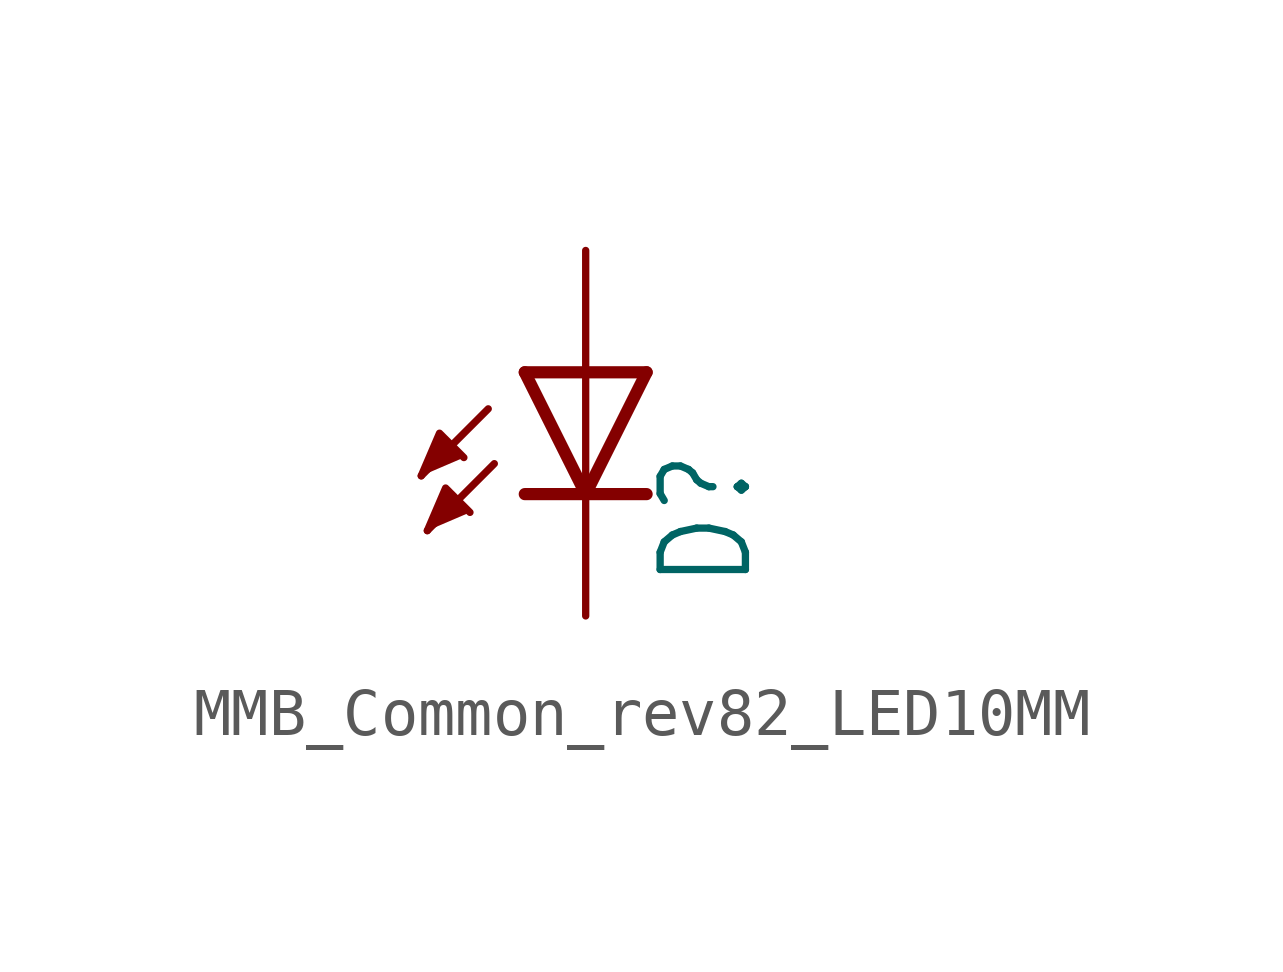
<source format=kicad_sym>
(kicad_symbol_lib
  (version 20220914)
  (generator kicad_symbol_editor)
  (symbol "MMB_Common_rev82_LED10MM"
    (property "Reference" "D"
      (at 3.556 -4.572 90)
      (effects (font (size 1.778 1.511)) (justify left bottom)))
    (property "Value" ""
      (at 5.715 -4.572 90)
      (effects (font (size 1.778 1.511)) (justify left bottom)))
    (property "ki_locked" ""
      (at 0 0 0)
      (effects (font (size 1.27 1.27))))
    (symbol "MMB_Common_rev82_LED10MM_1_0"
      (polyline (pts (xy -2.032 -0.762) (xy -3.429 -2.159)) (stroke (width 0.152) (type solid)) (fill (type none)))
      (polyline (pts (xy -1.905 -1.905) (xy -3.302 -3.302)) (stroke (width 0.152) (type solid)) (fill (type none)))
      (polyline (pts (xy 0 -2.54) (xy -1.27 -2.54)) (stroke (width 0.254) (type solid)) (fill (type none)))
      (polyline (pts (xy 0 -2.54) (xy -1.27 0)) (stroke (width 0.254) (type solid)) (fill (type none)))
      (polyline (pts (xy 0 0) (xy -1.27 0)) (stroke (width 0.254) (type solid)) (fill (type none)))
      (polyline (pts (xy 0 0) (xy 0 -2.54)) (stroke (width 0.152) (type solid)) (fill (type none)))
      (polyline (pts (xy 1.27 -2.54) (xy 0 -2.54)) (stroke (width 0.254) (type solid)) (fill (type none)))
      (polyline (pts (xy 1.27 0) (xy 0 -2.54)) (stroke (width 0.254) (type solid)) (fill (type none)))
      (polyline (pts (xy 1.27 0) (xy 0 0)) (stroke (width 0.254) (type solid)) (fill (type none)))
      (polyline (pts (xy -3.429 -2.159) (xy -3.048 -1.27) (xy -2.54 -1.778)) (stroke (width 0.152) (type solid)) (fill (type outline)))
      (polyline (pts (xy -3.302 -3.302) (xy -2.921 -2.413) (xy -2.413 -2.921)) (stroke (width 0.152) (type solid)) (fill (type outline)))
      (pin passive line (at 0 2.54 270) (length 2.54) (name "A" (effects (font (size 0 0)))) (number "A" (effects (font (size 0 0)))))
      (pin passive line (at 0 -5.08 90) (length 2.54) (name "C" (effects (font (size 0 0)))) (number "K" (effects (font (size 0 0))))))))
</source>
